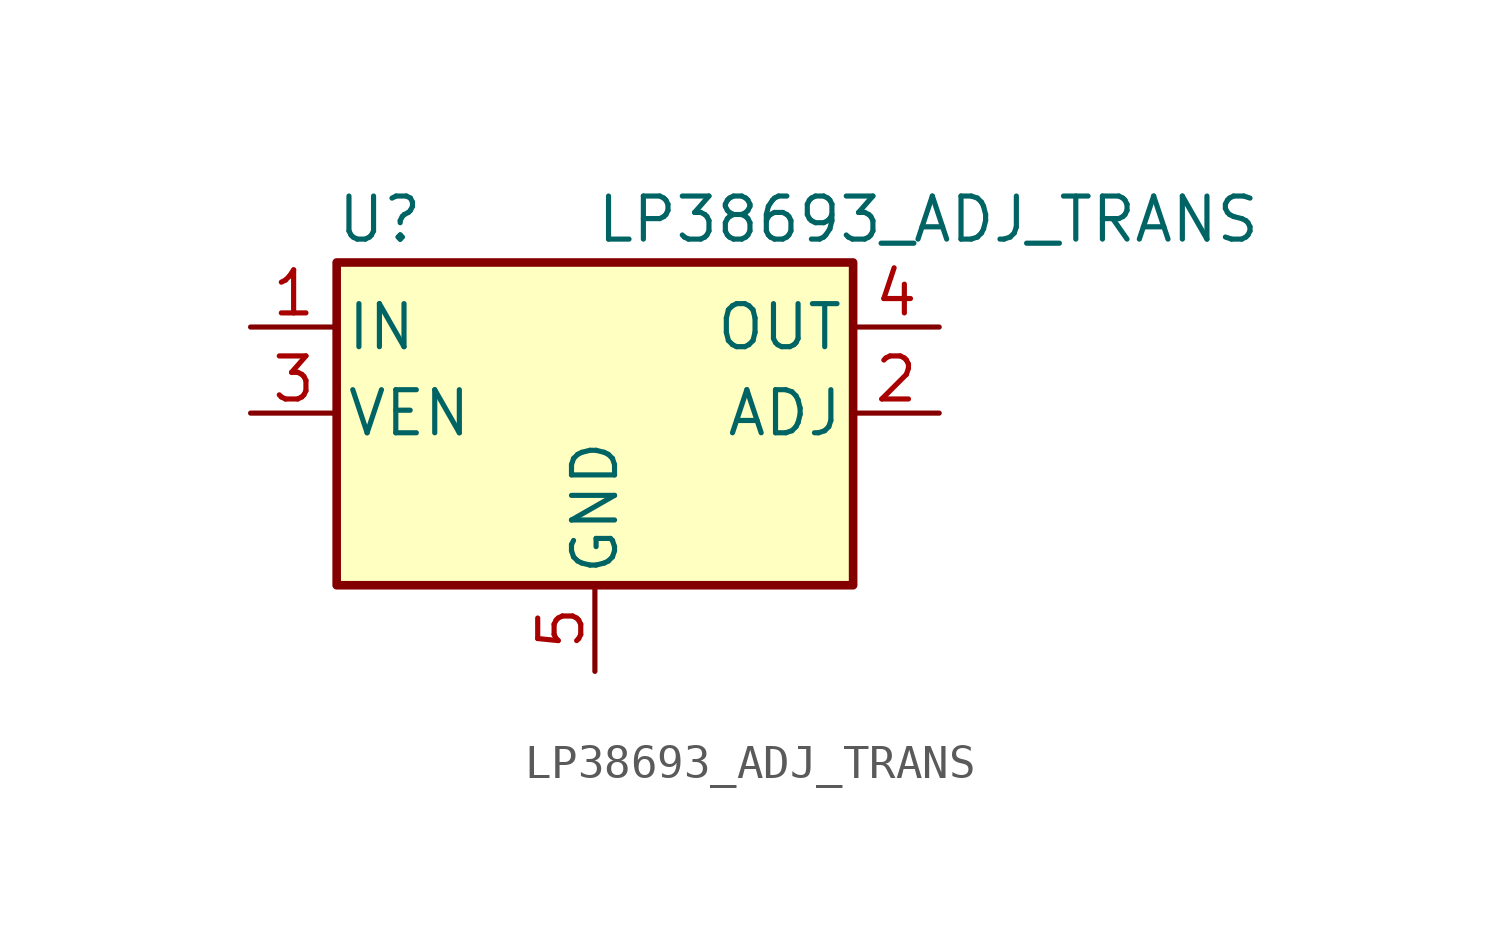
<source format=kicad_sym>
(kicad_symbol_lib
  (version 20211014)
  (generator kicad_symbol_editor)
  (symbol "LP38693_ADJ_TRANS"
    (pin_names
      (offset 0.254))
    (property "Reference" "U"
      (at -6.35 5.715 0)
      (effects (font (size 1.27 1.27))))
    (property "Value" "LP38693_ADJ_TRANS"
      (at 0 5.715 0)
      (effects (font (size 1.27 1.27)) (justify left)))
    (symbol "LP38693_ADJ_TRANS_0_1"
      (rectangle (start -7.62 -5.08) (end 7.62 4.445) (stroke (width 0.254) (type default) (color 0 0 0 0)) (fill (type background))))
    (symbol "LP38693_ADJ_TRANS_1_1"
      (pin passive line (at -10.16 2.54 0) (length 2.54) (name "IN" (effects (font (size 1.27 1.27)))) (number "1" (effects (font (size 1.27 1.27)))))
      (pin passive line (at 10.16 0 180) (length 2.54) (name "ADJ" (effects (font (size 1.27 1.27)))) (number "2" (effects (font (size 1.27 1.27)))))
      (pin passive line (at -10.16 0 0) (length 2.54) (name "VEN" (effects (font (size 1.27 1.27)))) (number "3" (effects (font (size 1.27 1.27)))))
      (pin passive line (at 10.16 2.54 180) (length 2.54) (name "OUT" (effects (font (size 1.27 1.27)))) (number "4" (effects (font (size 1.27 1.27)))))
      (pin passive line (at 0 -7.62 90) (length 2.54) (name "GND" (effects (font (size 1.27 1.27)))) (number "5" (effects (font (size 1.27 1.27))))))))
</source>
